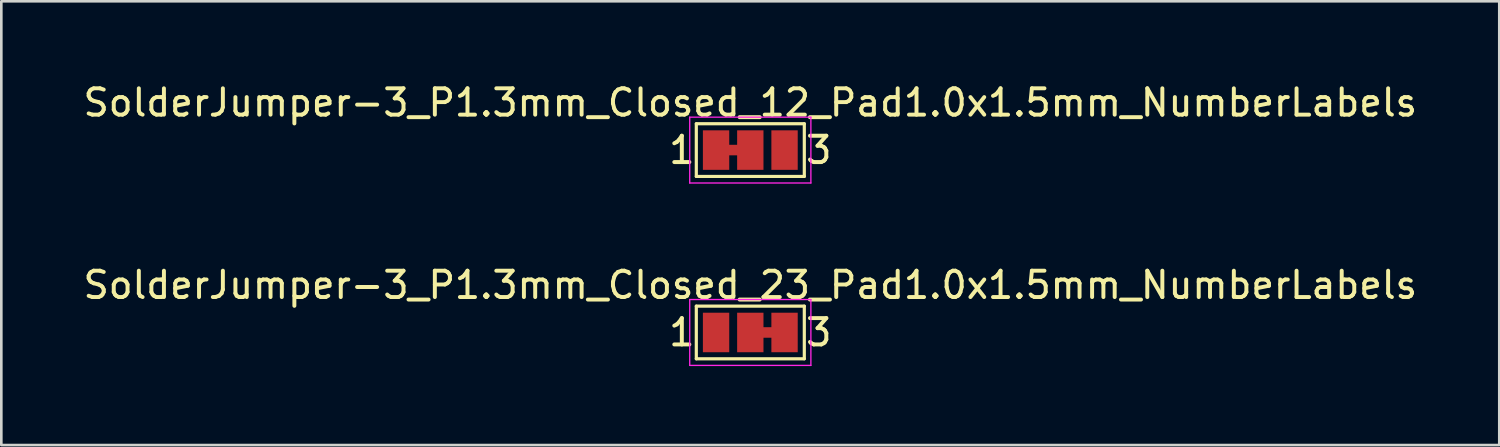
<source format=kicad_pcb>
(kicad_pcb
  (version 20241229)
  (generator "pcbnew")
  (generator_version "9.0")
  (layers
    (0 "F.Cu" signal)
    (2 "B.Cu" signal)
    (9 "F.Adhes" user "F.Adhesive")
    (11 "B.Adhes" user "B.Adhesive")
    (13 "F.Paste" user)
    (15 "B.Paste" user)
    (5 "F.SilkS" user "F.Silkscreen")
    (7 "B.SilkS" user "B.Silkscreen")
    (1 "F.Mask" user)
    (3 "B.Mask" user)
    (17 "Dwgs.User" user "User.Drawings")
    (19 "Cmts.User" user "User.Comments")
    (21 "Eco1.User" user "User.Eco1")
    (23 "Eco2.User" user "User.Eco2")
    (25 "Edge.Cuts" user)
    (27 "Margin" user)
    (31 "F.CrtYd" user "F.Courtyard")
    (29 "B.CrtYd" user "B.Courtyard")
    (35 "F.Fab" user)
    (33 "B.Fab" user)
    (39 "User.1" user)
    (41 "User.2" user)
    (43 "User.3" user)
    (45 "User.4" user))
  (footprint "SolderJumper-3_P1.3mm_Closed_23_Pad1.0x1.5mm_NumberLabels"
    (layer "F.Cu")
    (at 25.435 9.572)
    (property "Reference" "SolderJumper-3_P1.3mm_Closed_23_Pad1.0x1.5mm_NumberLabels" (at 0 -1.8 0) (layer "F.SilkS") (effects (font (size 1 1) (thickness 0.15))))
    (attr exclude_from_pos_files exclude_from_bom)
    (fp_line (start 0.425 0) (end 0.845 0) (stroke (width 0.4) (type solid)) (layer "F.Cu"))
    (fp_line (start -2.05 -1) (end 2.05 -1) (stroke (width 0.12) (type solid)) (layer "F.SilkS"))
    (fp_line (start -2.05 1) (end -2.05 -1) (stroke (width 0.12) (type solid)) (layer "F.SilkS"))
    (fp_line (start 2.05 -1) (end 2.05 1) (stroke (width 0.12) (type solid)) (layer "F.SilkS"))
    (fp_line (start 2.05 1) (end -2.05 1) (stroke (width 0.12) (type solid)) (layer "F.SilkS"))
    (fp_line (start -2.3 -1.25) (end -2.3 1.25) (stroke (width 0.05) (type solid)) (layer "F.CrtYd"))
    (fp_line (start -2.3 -1.25) (end 2.3 -1.25) (stroke (width 0.05) (type solid)) (layer "F.CrtYd"))
    (fp_line (start 2.3 1.25) (end -2.3 1.25) (stroke (width 0.05) (type solid)) (layer "F.CrtYd"))
    (fp_line (start 2.3 1.25) (end 2.3 -1.25) (stroke (width 0.05) (type solid)) (layer "F.CrtYd"))
    (fp_text user "3" (at 2.6 0 0) (layer "F.SilkS") (effects (font (size 1 1) (thickness 0.15))))
    (fp_text user "1" (at -2.6 0 0) (layer "F.SilkS") (effects (font (size 1 1) (thickness 0.15))))
    (pad "1" smd rect (at -1.3 0) (size 1 1.5) (layers "F.Cu" "F.Mask"))
    (pad "2" smd rect (at 0 0) (size 1 1.5) (layers "F.Cu" "F.Mask"))
    (pad "3" smd rect (at 1.3 0) (size 1 1.5) (layers "F.Cu" "F.Mask")))
  (footprint "SolderJumper-3_P1.3mm_Closed_12_Pad1.0x1.5mm_NumberLabels"
    (layer "F.Cu")
    (at 25.435 2.648)
    (property "Reference" "SolderJumper-3_P1.3mm_Closed_12_Pad1.0x1.5mm_NumberLabels" (at 0 -1.8 0) (layer "F.SilkS") (effects (font (size 1 1) (thickness 0.15))))
    (attr exclude_from_pos_files exclude_from_bom)
    (fp_line (start -0.8 0) (end -0.381 0) (stroke (width 0.4) (type solid)) (layer "F.Cu"))
    (fp_line (start -2.05 -1) (end 2.05 -1) (stroke (width 0.12) (type solid)) (layer "F.SilkS"))
    (fp_line (start -2.05 1) (end -2.05 -1) (stroke (width 0.12) (type solid)) (layer "F.SilkS"))
    (fp_line (start 2.05 -1) (end 2.05 1) (stroke (width 0.12) (type solid)) (layer "F.SilkS"))
    (fp_line (start 2.05 1) (end -2.05 1) (stroke (width 0.12) (type solid)) (layer "F.SilkS"))
    (fp_line (start -2.3 -1.25) (end -2.3 1.25) (stroke (width 0.05) (type solid)) (layer "F.CrtYd"))
    (fp_line (start -2.3 -1.25) (end 2.3 -1.25) (stroke (width 0.05) (type solid)) (layer "F.CrtYd"))
    (fp_line (start 2.3 1.25) (end -2.3 1.25) (stroke (width 0.05) (type solid)) (layer "F.CrtYd"))
    (fp_line (start 2.3 1.25) (end 2.3 -1.25) (stroke (width 0.05) (type solid)) (layer "F.CrtYd"))
    (fp_text user "1" (at -2.6 0 0) (layer "F.SilkS") (effects (font (size 1 1) (thickness 0.15))))
    (fp_text user "3" (at 2.6 0 0) (layer "F.SilkS") (effects (font (size 1 1) (thickness 0.15))))
    (pad "1" smd rect (at -1.3 0) (size 1 1.5) (layers "F.Cu" "F.Mask"))
    (pad "2" smd rect (at 0 0) (size 1 1.5) (layers "F.Cu" "F.Mask"))
    (pad "3" smd rect (at 1.3 0) (size 1 1.5) (layers "F.Cu" "F.Mask")))
  (gr_rect
    (start -3 -3)
    (end 53.869 13.847)
    (stroke (width 0.1) (type default))
    (fill no)
    (layer "Edge.Cuts")))
</source>
